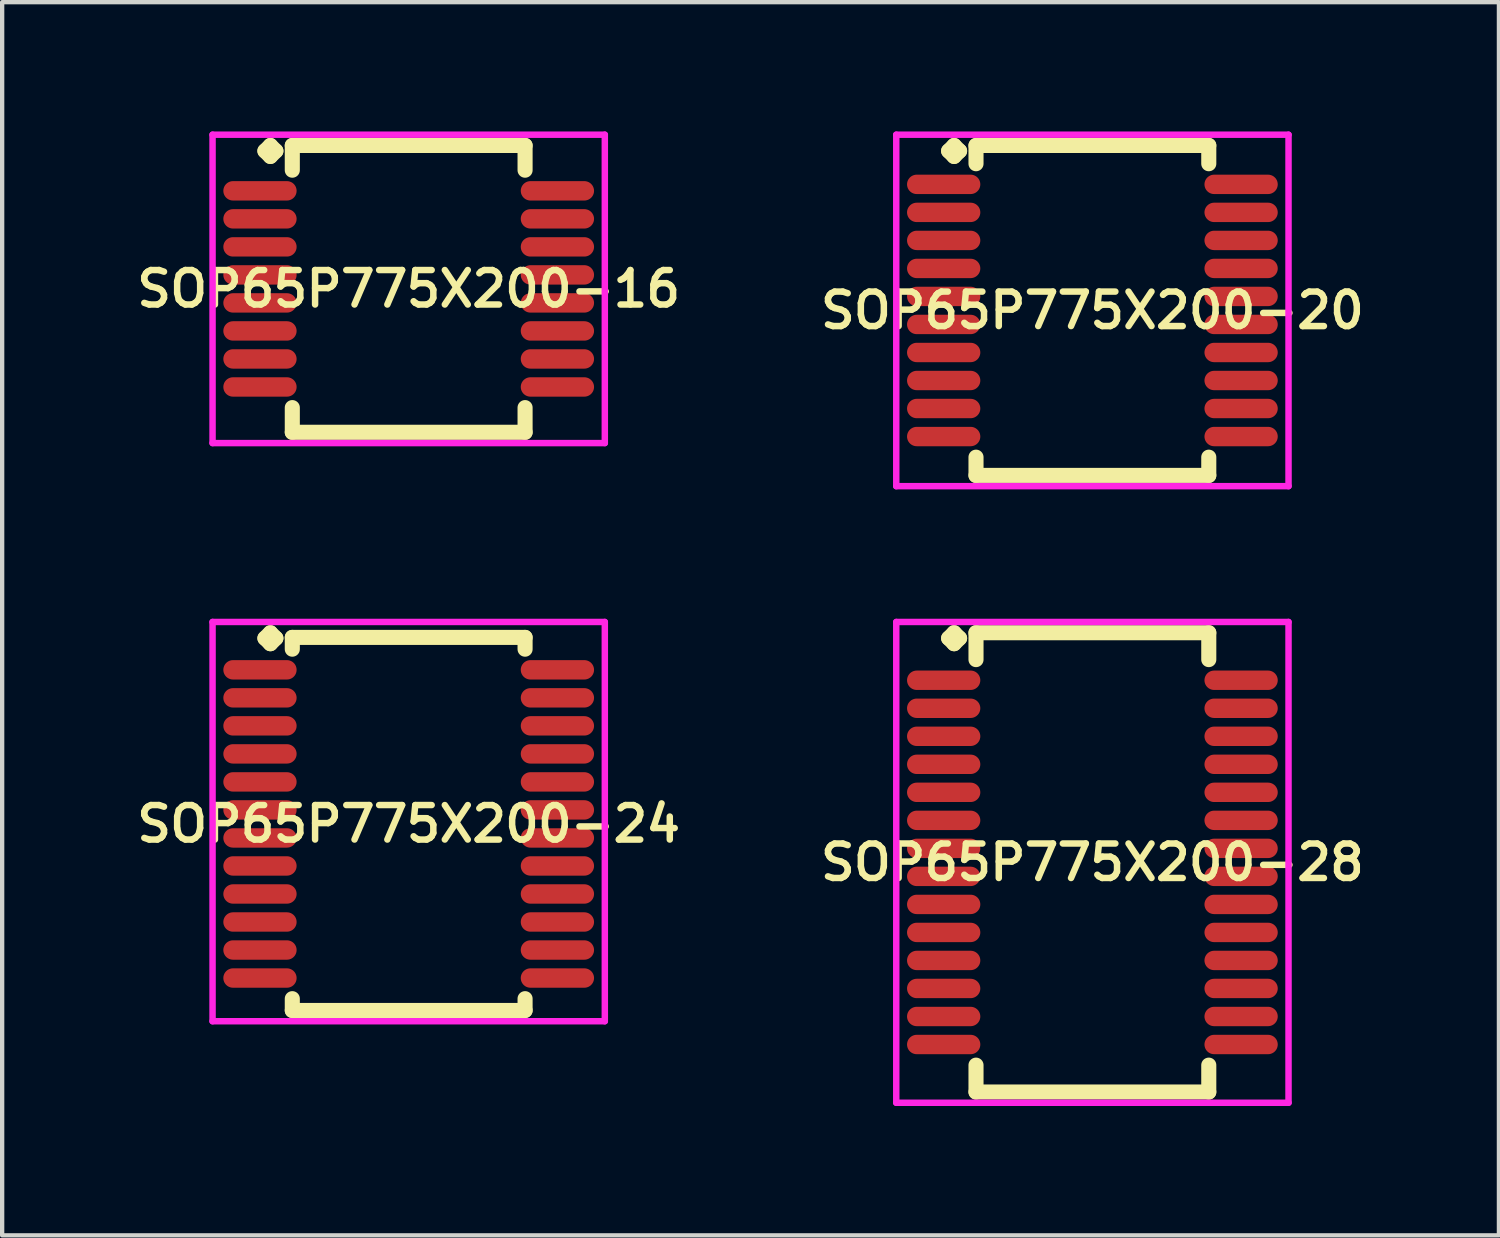
<source format=kicad_pcb>
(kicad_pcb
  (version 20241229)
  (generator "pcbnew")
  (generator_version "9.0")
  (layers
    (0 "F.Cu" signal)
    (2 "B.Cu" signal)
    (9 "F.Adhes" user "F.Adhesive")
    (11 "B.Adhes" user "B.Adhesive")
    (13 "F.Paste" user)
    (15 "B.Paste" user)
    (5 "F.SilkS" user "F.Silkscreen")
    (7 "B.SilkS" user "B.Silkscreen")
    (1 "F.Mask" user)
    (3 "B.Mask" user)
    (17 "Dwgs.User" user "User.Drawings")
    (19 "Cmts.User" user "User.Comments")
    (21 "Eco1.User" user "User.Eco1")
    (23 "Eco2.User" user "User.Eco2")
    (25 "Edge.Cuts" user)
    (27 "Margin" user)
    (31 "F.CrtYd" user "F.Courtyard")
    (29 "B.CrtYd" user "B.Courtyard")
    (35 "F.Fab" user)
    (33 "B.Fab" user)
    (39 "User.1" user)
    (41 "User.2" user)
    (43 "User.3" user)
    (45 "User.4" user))
  (footprint "SOP65P775X200-16"
    (layer "F.Cu")
    (at 6.431 3.652)
    (property "Reference" "SOP65P775X200-16" (at 0 0 0) (layer "F.SilkS") (effects (font (size 0.8 0.8) (thickness 0.15))))
    (attr smd)
    (fp_line (start -3.335 -3.2) (end -3.208 -3.327) (stroke (width 0.35) (type solid)) (layer "F.SilkS"))
    (fp_line (start -3.208 -3.327) (end -3.081 -3.2) (stroke (width 0.35) (type solid)) (layer "F.SilkS"))
    (fp_line (start -3.208 -3.073) (end -3.335 -3.2) (stroke (width 0.35) (type solid)) (layer "F.SilkS"))
    (fp_line (start -3.081 -3.2) (end -3.208 -3.073) (stroke (width 0.35) (type solid)) (layer "F.SilkS"))
    (fp_line (start -2.7 -3.327) (end 2.7 -3.327) (stroke (width 0.35) (type solid)) (layer "F.SilkS"))
    (fp_line (start -2.7 -2.754) (end -2.7 -3.327) (stroke (width 0.35) (type solid)) (layer "F.SilkS"))
    (fp_line (start -2.7 2.754) (end -2.7 3.327) (stroke (width 0.35) (type solid)) (layer "F.SilkS"))
    (fp_line (start -2.7 3.327) (end 2.7 3.327) (stroke (width 0.35) (type solid)) (layer "F.SilkS"))
    (fp_line (start 2.7 -3.327) (end 2.7 -2.754) (stroke (width 0.35) (type solid)) (layer "F.SilkS"))
    (fp_line (start 2.7 3.327) (end 2.7 2.754) (stroke (width 0.35) (type solid)) (layer "F.SilkS"))
    (fp_line (start -4.55 -3.577) (end 4.55 -3.577) (stroke (width 0.15) (type solid)) (layer "F.CrtYd"))
    (fp_line (start -4.55 3.577) (end -4.55 -3.577) (stroke (width 0.15) (type solid)) (layer "F.CrtYd"))
    (fp_line (start 4.55 -3.577) (end 4.55 3.577) (stroke (width 0.15) (type solid)) (layer "F.CrtYd"))
    (fp_line (start 4.55 3.577) (end -4.55 3.577) (stroke (width 0.15) (type solid)) (layer "F.CrtYd"))
    (pad "1" smd oval (at -3.45 -2.275) (size 1.7 0.45) (layers "F.Cu" "F.Mask" "F.Paste"))
    (pad "2" smd oval (at -3.45 -1.625) (size 1.7 0.45) (layers "F.Cu" "F.Mask" "F.Paste"))
    (pad "3" smd oval (at -3.45 -0.975) (size 1.7 0.45) (layers "F.Cu" "F.Mask" "F.Paste"))
    (pad "4" smd oval (at -3.45 -0.325) (size 1.7 0.45) (layers "F.Cu" "F.Mask" "F.Paste"))
    (pad "5" smd oval (at -3.45 0.325) (size 1.7 0.45) (layers "F.Cu" "F.Mask" "F.Paste"))
    (pad "6" smd oval (at -3.45 0.975) (size 1.7 0.45) (layers "F.Cu" "F.Mask" "F.Paste"))
    (pad "7" smd oval (at -3.45 1.625) (size 1.7 0.45) (layers "F.Cu" "F.Mask" "F.Paste"))
    (pad "8" smd oval (at -3.45 2.275) (size 1.7 0.45) (layers "F.Cu" "F.Mask" "F.Paste"))
    (pad "9" smd oval (at 3.45 2.275) (size 1.7 0.45) (layers "F.Cu" "F.Mask" "F.Paste"))
    (pad "10" smd oval (at 3.45 1.625) (size 1.7 0.45) (layers "F.Cu" "F.Mask" "F.Paste"))
    (pad "11" smd oval (at 3.45 0.975) (size 1.7 0.45) (layers "F.Cu" "F.Mask" "F.Paste"))
    (pad "12" smd oval (at 3.45 0.325) (size 1.7 0.45) (layers "F.Cu" "F.Mask" "F.Paste"))
    (pad "13" smd oval (at 3.45 -0.325) (size 1.7 0.45) (layers "F.Cu" "F.Mask" "F.Paste"))
    (pad "14" smd oval (at 3.45 -0.975) (size 1.7 0.45) (layers "F.Cu" "F.Mask" "F.Paste"))
    (pad "15" smd oval (at 3.45 -1.625) (size 1.7 0.45) (layers "F.Cu" "F.Mask" "F.Paste"))
    (pad "16" smd oval (at 3.45 -2.275) (size 1.7 0.45) (layers "F.Cu" "F.Mask" "F.Paste")))
  (footprint "SOP65P775X200-20"
    (layer "F.Cu")
    (at 22.292 4.152)
    (property "Reference" "SOP65P775X200-20" (at 0 0 0) (layer "F.SilkS") (effects (font (size 0.8 0.8) (thickness 0.15))))
    (attr through_hole)
    (fp_line (start -3.335 -3.7) (end -3.208 -3.827) (stroke (width 0.35) (type solid)) (layer "F.SilkS"))
    (fp_line (start -3.208 -3.827) (end -3.081 -3.7) (stroke (width 0.35) (type solid)) (layer "F.SilkS"))
    (fp_line (start -3.208 -3.573) (end -3.335 -3.7) (stroke (width 0.35) (type solid)) (layer "F.SilkS"))
    (fp_line (start -3.081 -3.7) (end -3.208 -3.573) (stroke (width 0.35) (type solid)) (layer "F.SilkS"))
    (fp_line (start -2.7 -3.827) (end 2.7 -3.827) (stroke (width 0.35) (type solid)) (layer "F.SilkS"))
    (fp_line (start -2.7 -3.404) (end -2.7 -3.827) (stroke (width 0.35) (type solid)) (layer "F.SilkS"))
    (fp_line (start -2.7 3.404) (end -2.7 3.827) (stroke (width 0.35) (type solid)) (layer "F.SilkS"))
    (fp_line (start -2.7 3.827) (end 2.7 3.827) (stroke (width 0.35) (type solid)) (layer "F.SilkS"))
    (fp_line (start 2.7 -3.827) (end 2.7 -3.404) (stroke (width 0.35) (type solid)) (layer "F.SilkS"))
    (fp_line (start 2.7 3.827) (end 2.7 3.404) (stroke (width 0.35) (type solid)) (layer "F.SilkS"))
    (fp_line (start -4.55 -4.077) (end 4.55 -4.077) (stroke (width 0.15) (type solid)) (layer "F.CrtYd"))
    (fp_line (start -4.55 4.077) (end -4.55 -4.077) (stroke (width 0.15) (type solid)) (layer "F.CrtYd"))
    (fp_line (start 4.55 -4.077) (end 4.55 4.077) (stroke (width 0.15) (type solid)) (layer "F.CrtYd"))
    (fp_line (start 4.55 4.077) (end -4.55 4.077) (stroke (width 0.15) (type solid)) (layer "F.CrtYd"))
    (pad "1" smd oval (at -3.45 -2.925) (size 1.7 0.45) (layers "F.Cu" "F.Mask" "F.Paste"))
    (pad "2" smd oval (at -3.45 -2.275) (size 1.7 0.45) (layers "F.Cu" "F.Mask" "F.Paste"))
    (pad "3" smd oval (at -3.45 -1.625) (size 1.7 0.45) (layers "F.Cu" "F.Mask" "F.Paste"))
    (pad "4" smd oval (at -3.45 -0.975) (size 1.7 0.45) (layers "F.Cu" "F.Mask" "F.Paste"))
    (pad "5" smd oval (at -3.45 -0.325) (size 1.7 0.45) (layers "F.Cu" "F.Mask" "F.Paste"))
    (pad "6" smd oval (at -3.45 0.325) (size 1.7 0.45) (layers "F.Cu" "F.Mask" "F.Paste"))
    (pad "7" smd oval (at -3.45 0.975) (size 1.7 0.45) (layers "F.Cu" "F.Mask" "F.Paste"))
    (pad "8" smd oval (at -3.45 1.625) (size 1.7 0.45) (layers "F.Cu" "F.Mask" "F.Paste"))
    (pad "9" smd oval (at -3.45 2.275) (size 1.7 0.45) (layers "F.Cu" "F.Mask" "F.Paste"))
    (pad "10" smd oval (at -3.45 2.925) (size 1.7 0.45) (layers "F.Cu" "F.Mask" "F.Paste"))
    (pad "11" smd oval (at 3.45 2.925) (size 1.7 0.45) (layers "F.Cu" "F.Mask" "F.Paste"))
    (pad "12" smd oval (at 3.45 2.275) (size 1.7 0.45) (layers "F.Cu" "F.Mask" "F.Paste"))
    (pad "13" smd oval (at 3.45 1.625) (size 1.7 0.45) (layers "F.Cu" "F.Mask" "F.Paste"))
    (pad "14" smd oval (at 3.45 0.975) (size 1.7 0.45) (layers "F.Cu" "F.Mask" "F.Paste"))
    (pad "15" smd oval (at 3.45 0.325) (size 1.7 0.45) (layers "F.Cu" "F.Mask" "F.Paste"))
    (pad "16" smd oval (at 3.45 -0.325) (size 1.7 0.45) (layers "F.Cu" "F.Mask" "F.Paste"))
    (pad "17" smd oval (at 3.45 -0.975) (size 1.7 0.45) (layers "F.Cu" "F.Mask" "F.Paste"))
    (pad "18" smd oval (at 3.45 -1.625) (size 1.7 0.45) (layers "F.Cu" "F.Mask" "F.Paste"))
    (pad "19" smd oval (at 3.45 -2.275) (size 1.7 0.45) (layers "F.Cu" "F.Mask" "F.Paste"))
    (pad "20" smd oval (at 3.45 -2.925) (size 1.7 0.45) (layers "F.Cu" "F.Mask" "F.Paste")))
  (footprint "SOP65P775X200-28"
    (layer "F.Cu")
    (at 22.292 16.956)
    (property "Reference" "SOP65P775X200-28" (at 0 0 0) (layer "F.SilkS") (effects (font (size 0.8 0.8) (thickness 0.15))))
    (attr through_hole)
    (fp_line (start -3.335 -5.2) (end -3.208 -5.327) (stroke (width 0.35) (type solid)) (layer "F.SilkS"))
    (fp_line (start -3.208 -5.327) (end -3.081 -5.2) (stroke (width 0.35) (type solid)) (layer "F.SilkS"))
    (fp_line (start -3.208 -5.073) (end -3.335 -5.2) (stroke (width 0.35) (type solid)) (layer "F.SilkS"))
    (fp_line (start -3.081 -5.2) (end -3.208 -5.073) (stroke (width 0.35) (type solid)) (layer "F.SilkS"))
    (fp_line (start -2.7 -5.327) (end 2.7 -5.327) (stroke (width 0.35) (type solid)) (layer "F.SilkS"))
    (fp_line (start -2.7 -4.704) (end -2.7 -5.327) (stroke (width 0.35) (type solid)) (layer "F.SilkS"))
    (fp_line (start -2.7 4.704) (end -2.7 5.327) (stroke (width 0.35) (type solid)) (layer "F.SilkS"))
    (fp_line (start -2.7 5.327) (end 2.7 5.327) (stroke (width 0.35) (type solid)) (layer "F.SilkS"))
    (fp_line (start 2.7 -5.327) (end 2.7 -4.704) (stroke (width 0.35) (type solid)) (layer "F.SilkS"))
    (fp_line (start 2.7 5.327) (end 2.7 4.704) (stroke (width 0.35) (type solid)) (layer "F.SilkS"))
    (fp_line (start -4.55 -5.577) (end 4.55 -5.577) (stroke (width 0.15) (type solid)) (layer "F.CrtYd"))
    (fp_line (start -4.55 5.577) (end -4.55 -5.577) (stroke (width 0.15) (type solid)) (layer "F.CrtYd"))
    (fp_line (start 4.55 -5.577) (end 4.55 5.577) (stroke (width 0.15) (type solid)) (layer "F.CrtYd"))
    (fp_line (start 4.55 5.577) (end -4.55 5.577) (stroke (width 0.15) (type solid)) (layer "F.CrtYd"))
    (pad "1" smd oval (at -3.45 -4.225) (size 1.7 0.45) (layers "F.Cu" "F.Mask" "F.Paste"))
    (pad "2" smd oval (at -3.45 -3.575) (size 1.7 0.45) (layers "F.Cu" "F.Mask" "F.Paste"))
    (pad "3" smd oval (at -3.45 -2.925) (size 1.7 0.45) (layers "F.Cu" "F.Mask" "F.Paste"))
    (pad "4" smd oval (at -3.45 -2.275) (size 1.7 0.45) (layers "F.Cu" "F.Mask" "F.Paste"))
    (pad "5" smd oval (at -3.45 -1.625) (size 1.7 0.45) (layers "F.Cu" "F.Mask" "F.Paste"))
    (pad "6" smd oval (at -3.45 -0.975) (size 1.7 0.45) (layers "F.Cu" "F.Mask" "F.Paste"))
    (pad "7" smd oval (at -3.45 -0.325) (size 1.7 0.45) (layers "F.Cu" "F.Mask" "F.Paste"))
    (pad "8" smd oval (at -3.45 0.325) (size 1.7 0.45) (layers "F.Cu" "F.Mask" "F.Paste"))
    (pad "9" smd oval (at -3.45 0.975) (size 1.7 0.45) (layers "F.Cu" "F.Mask" "F.Paste"))
    (pad "10" smd oval (at -3.45 1.625) (size 1.7 0.45) (layers "F.Cu" "F.Mask" "F.Paste"))
    (pad "11" smd oval (at -3.45 2.275) (size 1.7 0.45) (layers "F.Cu" "F.Mask" "F.Paste"))
    (pad "12" smd oval (at -3.45 2.925) (size 1.7 0.45) (layers "F.Cu" "F.Mask" "F.Paste"))
    (pad "13" smd oval (at -3.45 3.575) (size 1.7 0.45) (layers "F.Cu" "F.Mask" "F.Paste"))
    (pad "14" smd oval (at -3.45 4.225) (size 1.7 0.45) (layers "F.Cu" "F.Mask" "F.Paste"))
    (pad "15" smd oval (at 3.45 4.225) (size 1.7 0.45) (layers "F.Cu" "F.Mask" "F.Paste"))
    (pad "16" smd oval (at 3.45 3.575) (size 1.7 0.45) (layers "F.Cu" "F.Mask" "F.Paste"))
    (pad "17" smd oval (at 3.45 2.925) (size 1.7 0.45) (layers "F.Cu" "F.Mask" "F.Paste"))
    (pad "18" smd oval (at 3.45 2.275) (size 1.7 0.45) (layers "F.Cu" "F.Mask" "F.Paste"))
    (pad "19" smd oval (at 3.45 1.625) (size 1.7 0.45) (layers "F.Cu" "F.Mask" "F.Paste"))
    (pad "20" smd oval (at 3.45 0.975) (size 1.7 0.45) (layers "F.Cu" "F.Mask" "F.Paste"))
    (pad "21" smd oval (at 3.45 0.325) (size 1.7 0.45) (layers "F.Cu" "F.Mask" "F.Paste"))
    (pad "22" smd oval (at 3.45 -0.325) (size 1.7 0.45) (layers "F.Cu" "F.Mask" "F.Paste"))
    (pad "23" smd oval (at 3.45 -0.975) (size 1.7 0.45) (layers "F.Cu" "F.Mask" "F.Paste"))
    (pad "24" smd oval (at 3.45 -1.625) (size 1.7 0.45) (layers "F.Cu" "F.Mask" "F.Paste"))
    (pad "25" smd oval (at 3.45 -2.275) (size 1.7 0.45) (layers "F.Cu" "F.Mask" "F.Paste"))
    (pad "26" smd oval (at 3.45 -2.925) (size 1.7 0.45) (layers "F.Cu" "F.Mask" "F.Paste"))
    (pad "27" smd oval (at 3.45 -3.575) (size 1.7 0.45) (layers "F.Cu" "F.Mask" "F.Paste"))
    (pad "28" smd oval (at 3.45 -4.225) (size 1.7 0.45) (layers "F.Cu" "F.Mask" "F.Paste")))
  (footprint "SOP65P775X200-24"
    (layer "F.Cu")
    (at 6.431 16.064)
    (property "Reference" "SOP65P775X200-24" (at 0 0 0) (layer "F.SilkS") (effects (font (size 0.8 0.8) (thickness 0.15))))
    (attr smd)
    (fp_line (start -3.335 -4.308) (end -3.208 -4.435) (stroke (width 0.35) (type solid)) (layer "F.SilkS"))
    (fp_line (start -3.208 -4.435) (end -3.081 -4.308) (stroke (width 0.35) (type solid)) (layer "F.SilkS"))
    (fp_line (start -3.208 -4.181) (end -3.335 -4.308) (stroke (width 0.35) (type solid)) (layer "F.SilkS"))
    (fp_line (start -3.081 -4.308) (end -3.208 -4.181) (stroke (width 0.35) (type solid)) (layer "F.SilkS"))
    (fp_line (start -2.7 -4.327) (end 2.7 -4.327) (stroke (width 0.35) (type solid)) (layer "F.SilkS"))
    (fp_line (start -2.7 -4.054) (end -2.7 -4.327) (stroke (width 0.35) (type solid)) (layer "F.SilkS"))
    (fp_line (start -2.7 4.054) (end -2.7 4.327) (stroke (width 0.35) (type solid)) (layer "F.SilkS"))
    (fp_line (start -2.7 4.327) (end 2.7 4.327) (stroke (width 0.35) (type solid)) (layer "F.SilkS"))
    (fp_line (start 2.7 -4.327) (end 2.7 -4.054) (stroke (width 0.35) (type solid)) (layer "F.SilkS"))
    (fp_line (start 2.7 4.327) (end 2.7 4.054) (stroke (width 0.35) (type solid)) (layer "F.SilkS"))
    (fp_line (start -4.55 -4.685) (end 4.55 -4.685) (stroke (width 0.15) (type solid)) (layer "F.CrtYd"))
    (fp_line (start -4.55 4.577) (end -4.55 -4.685) (stroke (width 0.15) (type solid)) (layer "F.CrtYd"))
    (fp_line (start 4.55 -4.685) (end 4.55 4.577) (stroke (width 0.15) (type solid)) (layer "F.CrtYd"))
    (fp_line (start 4.55 4.577) (end -4.55 4.577) (stroke (width 0.15) (type solid)) (layer "F.CrtYd"))
    (pad "1" smd oval (at -3.45 -3.575) (size 1.7 0.45) (layers "F.Cu" "F.Mask" "F.Paste"))
    (pad "2" smd oval (at -3.45 -2.925) (size 1.7 0.45) (layers "F.Cu" "F.Mask" "F.Paste"))
    (pad "3" smd oval (at -3.45 -2.275) (size 1.7 0.45) (layers "F.Cu" "F.Mask" "F.Paste"))
    (pad "4" smd oval (at -3.45 -1.625) (size 1.7 0.45) (layers "F.Cu" "F.Mask" "F.Paste"))
    (pad "5" smd oval (at -3.45 -0.975) (size 1.7 0.45) (layers "F.Cu" "F.Mask" "F.Paste"))
    (pad "6" smd oval (at -3.45 -0.325) (size 1.7 0.45) (layers "F.Cu" "F.Mask" "F.Paste"))
    (pad "7" smd oval (at -3.45 0.325) (size 1.7 0.45) (layers "F.Cu" "F.Mask" "F.Paste"))
    (pad "8" smd oval (at -3.45 0.975) (size 1.7 0.45) (layers "F.Cu" "F.Mask" "F.Paste"))
    (pad "9" smd oval (at -3.45 1.625) (size 1.7 0.45) (layers "F.Cu" "F.Mask" "F.Paste"))
    (pad "10" smd oval (at -3.45 2.275) (size 1.7 0.45) (layers "F.Cu" "F.Mask" "F.Paste"))
    (pad "11" smd oval (at -3.45 2.925) (size 1.7 0.45) (layers "F.Cu" "F.Mask" "F.Paste"))
    (pad "12" smd oval (at -3.45 3.575) (size 1.7 0.45) (layers "F.Cu" "F.Mask" "F.Paste"))
    (pad "13" smd oval (at 3.45 3.575) (size 1.7 0.45) (layers "F.Cu" "F.Mask" "F.Paste"))
    (pad "14" smd oval (at 3.45 2.925) (size 1.7 0.45) (layers "F.Cu" "F.Mask" "F.Paste"))
    (pad "15" smd oval (at 3.45 2.275) (size 1.7 0.45) (layers "F.Cu" "F.Mask" "F.Paste"))
    (pad "16" smd oval (at 3.45 1.625) (size 1.7 0.45) (layers "F.Cu" "F.Mask" "F.Paste"))
    (pad "17" smd oval (at 3.45 0.975) (size 1.7 0.45) (layers "F.Cu" "F.Mask" "F.Paste"))
    (pad "18" smd oval (at 3.45 0.325) (size 1.7 0.45) (layers "F.Cu" "F.Mask" "F.Paste"))
    (pad "19" smd oval (at 3.45 -0.325) (size 1.7 0.45) (layers "F.Cu" "F.Mask" "F.Paste"))
    (pad "20" smd oval (at 3.45 -0.975) (size 1.7 0.45) (layers "F.Cu" "F.Mask" "F.Paste"))
    (pad "21" smd oval (at 3.45 -1.625) (size 1.7 0.45) (layers "F.Cu" "F.Mask" "F.Paste"))
    (pad "22" smd oval (at 3.45 -2.275) (size 1.7 0.45) (layers "F.Cu" "F.Mask" "F.Paste"))
    (pad "23" smd oval (at 3.45 -2.925) (size 1.7 0.45) (layers "F.Cu" "F.Mask" "F.Paste"))
    (pad "24" smd oval (at 3.45 -3.575) (size 1.7 0.45) (layers "F.Cu" "F.Mask" "F.Paste")))
  (gr_rect
    (start -3 -3)
    (end 31.723 25.608)
    (stroke (width 0.1) (type default))
    (fill no)
    (layer "Edge.Cuts")))
</source>
